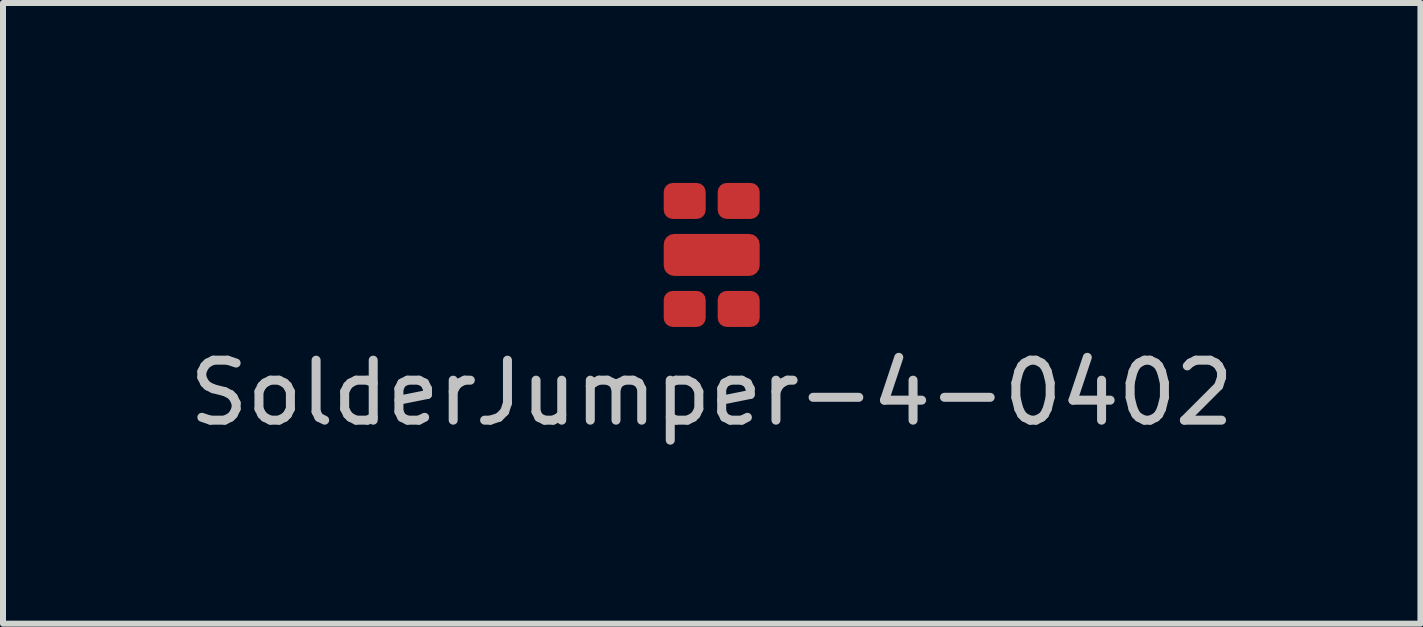
<source format=kicad_pcb>
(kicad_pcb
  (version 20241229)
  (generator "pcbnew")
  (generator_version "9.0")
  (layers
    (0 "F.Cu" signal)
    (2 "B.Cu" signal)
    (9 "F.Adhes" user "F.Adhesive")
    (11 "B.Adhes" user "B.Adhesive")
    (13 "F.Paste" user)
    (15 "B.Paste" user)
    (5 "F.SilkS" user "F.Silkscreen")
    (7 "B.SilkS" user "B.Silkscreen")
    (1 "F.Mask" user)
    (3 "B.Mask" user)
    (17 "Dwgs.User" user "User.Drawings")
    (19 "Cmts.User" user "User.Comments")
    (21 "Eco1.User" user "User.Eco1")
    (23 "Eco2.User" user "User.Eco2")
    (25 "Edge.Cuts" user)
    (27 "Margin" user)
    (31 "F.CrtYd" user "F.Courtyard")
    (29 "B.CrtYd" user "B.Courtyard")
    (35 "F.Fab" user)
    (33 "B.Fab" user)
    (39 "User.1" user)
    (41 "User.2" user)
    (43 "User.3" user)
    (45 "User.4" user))
  (footprint "SolderJumper-4-0402"
    (layer "F.Cu")
    (at 8.815 1.3)
    (property "Reference" "SolderJumper-4-0402" (at 0 2.2 0) (layer "Dwgs.User") (effects (font (size 1 1) (thickness 0.15))))
    (attr through_hole)
    (pad "1" smd roundrect (at -0.45 -1) (size 0.7 0.6) (layers "F.Cu" "F.Mask" "F.Paste") (roundrect_rratio 0.25))
    (pad "2" smd roundrect (at 0.45 -1) (size 0.7 0.6) (layers "F.Cu" "F.Mask" "F.Paste") (roundrect_rratio 0.25))
    (pad "3" smd roundrect (at -0.45 0.8) (size 0.7 0.6) (layers "F.Cu" "F.Mask" "F.Paste") (roundrect_rratio 0.25))
    (pad "4" smd roundrect (at 0.45 0.8) (size 0.7 0.6) (layers "F.Cu" "F.Mask" "F.Paste") (roundrect_rratio 0.25))
    (pad "5" smd roundrect (at 0 -0.1) (size 1.6 0.7) (layers "F.Cu" "F.Mask" "F.Paste") (roundrect_rratio 0.25)))
  (gr_rect
    (start -3 -3)
    (end 20.631 7.348)
    (stroke (width 0.1) (type default))
    (fill no)
    (layer "Edge.Cuts")))
</source>
